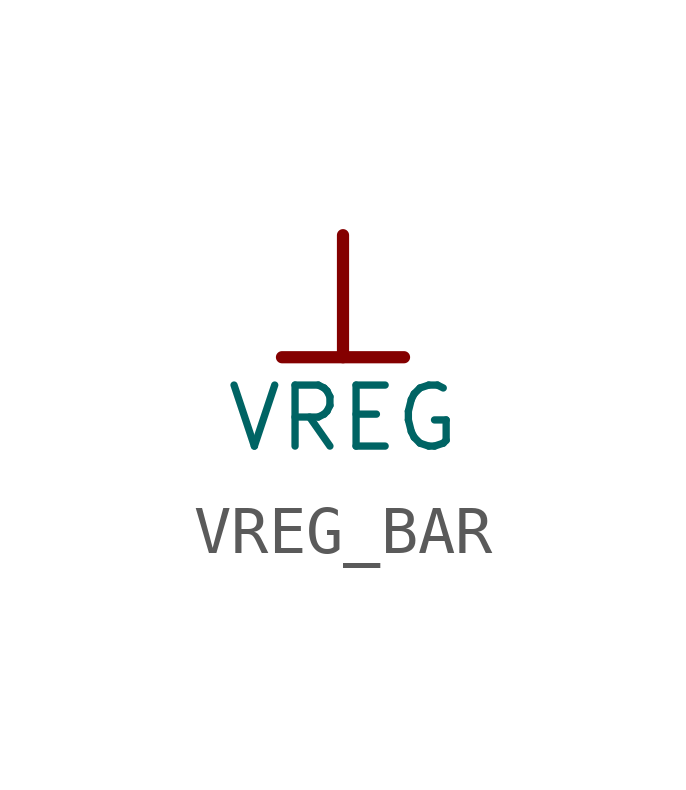
<source format=kicad_sym>
(kicad_symbol_lib
  (version 20241209)
  (generator "kicad_symbol_editor")
  (generator_version "9.0")
  (symbol "VREG_BAR"
    (power)
    (property "Reference" "#PWR"
      (at 0 0 0)
      (effects (font (size 1.27 1.27)) (hide yes)))
    (property "Value" "VREG"
      (at 0 -3.81 0)
      (effects (font (size 1.27 1.27))))
    (symbol "VREG_BAR_0_0"
      (polyline (pts (xy -1.27 -2.54) (xy 1.27 -2.54)) (stroke (width 0.254) (type solid)) (fill (type none)))
      (polyline (pts (xy 0 0) (xy 0 -2.54)) (stroke (width 0.254) (type solid)) (fill (type none)))
      (pin power_in line (at 0 0 0) (length 0) (hide yes) (name "VREG" (effects (font (size 1.27 1.27)))) (number "" (effects (font (size 1.27 1.27))))))))
</source>
